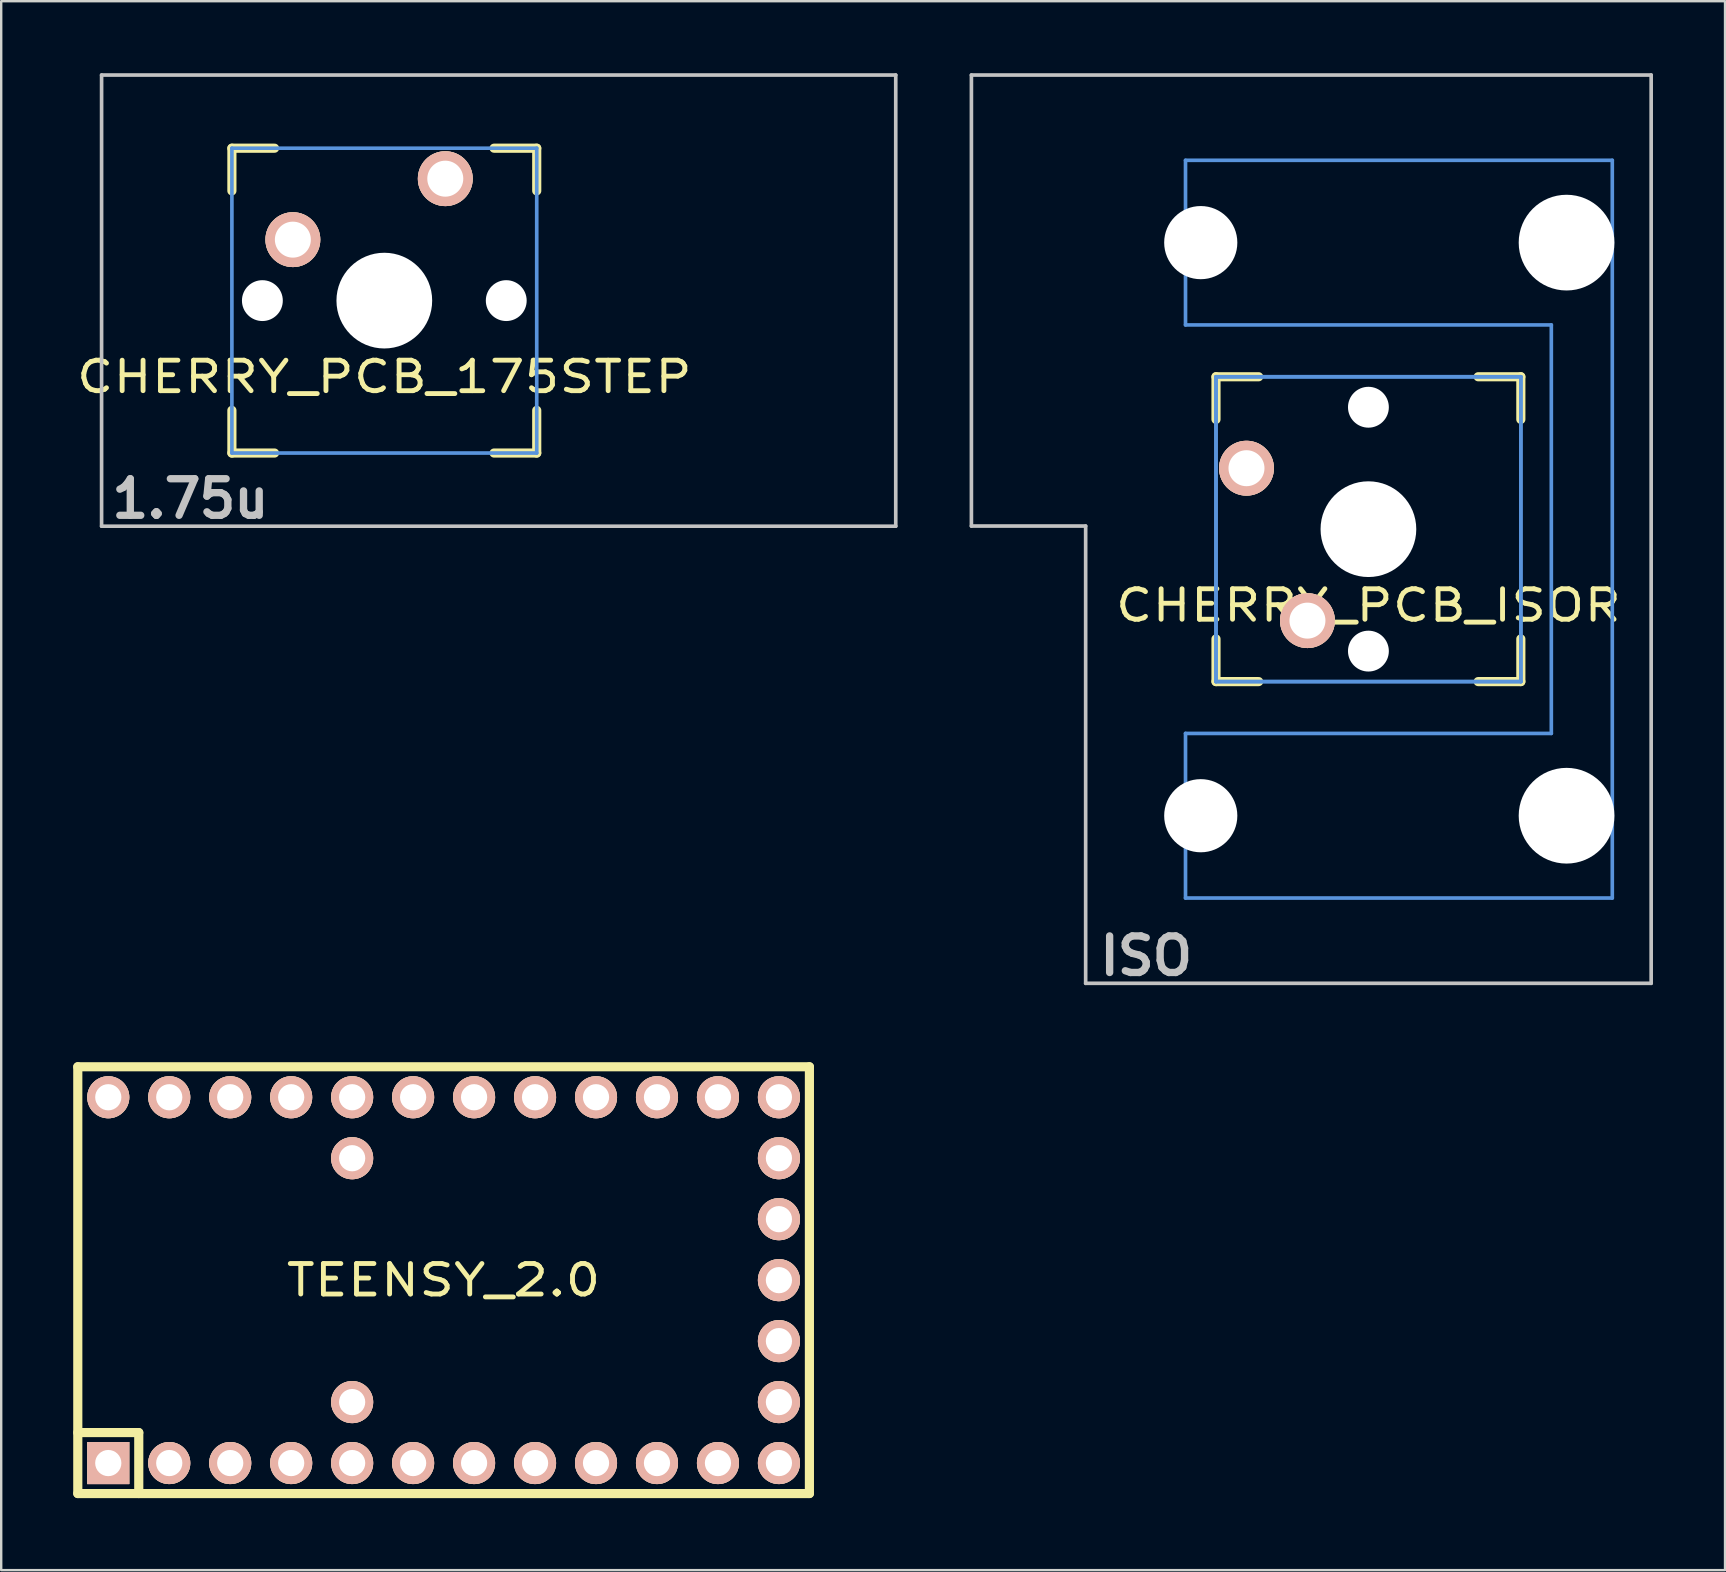
<source format=kicad_pcb>
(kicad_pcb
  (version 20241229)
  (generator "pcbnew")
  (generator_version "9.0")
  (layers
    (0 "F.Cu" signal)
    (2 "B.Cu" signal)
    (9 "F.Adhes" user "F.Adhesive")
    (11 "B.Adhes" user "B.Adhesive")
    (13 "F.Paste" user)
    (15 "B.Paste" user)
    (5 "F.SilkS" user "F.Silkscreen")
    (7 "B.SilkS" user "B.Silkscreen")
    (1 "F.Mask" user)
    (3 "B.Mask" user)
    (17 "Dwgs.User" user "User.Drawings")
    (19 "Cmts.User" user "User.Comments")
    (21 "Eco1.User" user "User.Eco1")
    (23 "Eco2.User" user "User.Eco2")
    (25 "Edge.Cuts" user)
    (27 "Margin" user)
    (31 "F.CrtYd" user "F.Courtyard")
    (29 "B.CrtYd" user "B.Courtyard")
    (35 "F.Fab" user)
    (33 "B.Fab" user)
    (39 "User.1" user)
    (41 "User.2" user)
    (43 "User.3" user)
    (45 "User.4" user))
  (footprint "CHERRY_PCB_175STEP"
    (layer "F.Cu")
    (at 12.961 9.474)
    (property "Reference" "CHERRY_PCB_175STEP" (at 0 3.175 0) (layer "F.SilkS") (effects (font (size 1.27 1.524) (thickness 0.203))))
    (attr through_hole)
    (fp_line (start -6.35 -6.35) (end -4.572 -6.35) (stroke (width 0.381) (type solid)) (layer "F.SilkS"))
    (fp_line (start -6.35 -4.572) (end -6.35 -6.35) (stroke (width 0.381) (type solid)) (layer "F.SilkS"))
    (fp_line (start -6.35 6.35) (end -6.35 4.572) (stroke (width 0.381) (type solid)) (layer "F.SilkS"))
    (fp_line (start -4.572 6.35) (end -6.35 6.35) (stroke (width 0.381) (type solid)) (layer "F.SilkS"))
    (fp_line (start 4.572 -6.35) (end 6.35 -6.35) (stroke (width 0.381) (type solid)) (layer "F.SilkS"))
    (fp_line (start 6.35 -6.35) (end 6.35 -4.572) (stroke (width 0.381) (type solid)) (layer "F.SilkS"))
    (fp_line (start 6.35 4.572) (end 6.35 6.35) (stroke (width 0.381) (type solid)) (layer "F.SilkS"))
    (fp_line (start 6.35 6.35) (end 4.572 6.35) (stroke (width 0.381) (type solid)) (layer "F.SilkS"))
    (fp_line (start -11.779 -9.398) (end 21.307 -9.398) (stroke (width 0.152) (type solid)) (layer "Dwgs.User"))
    (fp_line (start -11.779 9.398) (end -11.779 -9.398) (stroke (width 0.152) (type solid)) (layer "Dwgs.User"))
    (fp_line (start 21.307 -9.398) (end 21.307 9.398) (stroke (width 0.152) (type solid)) (layer "Dwgs.User"))
    (fp_line (start 21.307 9.398) (end -11.779 9.398) (stroke (width 0.152) (type solid)) (layer "Dwgs.User"))
    (fp_line (start -6.35 -6.35) (end 6.35 -6.35) (stroke (width 0.152) (type solid)) (layer "Cmts.User"))
    (fp_line (start -6.35 6.35) (end -6.35 -6.35) (stroke (width 0.152) (type solid)) (layer "Cmts.User"))
    (fp_line (start 6.35 -6.35) (end 6.35 6.35) (stroke (width 0.152) (type solid)) (layer "Cmts.User"))
    (fp_line (start 6.35 6.35) (end -6.35 6.35) (stroke (width 0.152) (type solid)) (layer "Cmts.User"))
    (fp_line (start -6.985 -6.985) (end 6.985 -6.985) (stroke (width 0.152) (type solid)) (layer "Eco2.User"))
    (fp_line (start -6.985 6.985) (end -6.985 -6.985) (stroke (width 0.152) (type solid)) (layer "Eco2.User"))
    (fp_line (start 6.985 -6.985) (end 6.985 6.985) (stroke (width 0.152) (type solid)) (layer "Eco2.User"))
    (fp_line (start 6.985 6.985) (end -6.985 6.985) (stroke (width 0.152) (type solid)) (layer "Eco2.User"))
    (fp_text user "1.75u" (at -8.079 8.255 0) (layer "Dwgs.User") (effects (font (size 1.524 1.524) (thickness 0.305))))
    (pad "" np_thru_hole circle (at -5.08 0) (size 1.702 1.702) (drill 1.702) (layers "*.Cu"))
    (pad "" np_thru_hole circle (at 0 0) (size 3.988 3.988) (drill 3.988) (layers "*.Cu"))
    (pad "" np_thru_hole circle (at 5.08 0) (size 1.702 1.702) (drill 1.702) (layers "*.Cu"))
    (pad "1" thru_hole circle (at 2.54 -5.08) (size 2.286 2.286) (drill 1.499) (layers "*.Cu" "*.SilkS" "*.Mask"))
    (pad "2" thru_hole circle (at -3.81 -2.54) (size 2.286 2.286) (drill 1.499) (layers "*.Cu" "*.SilkS" "*.Mask")))
  (footprint "TEENSY_2.0"
    (layer "F.Cu")
    (at 15.431 50.283)
    (property "Reference" "TEENSY_2.0" (at 0 0 0) (layer "F.SilkS") (effects (font (size 1.27 1.524) (thickness 0.203))))
    (attr through_hole)
    (fp_line (start -15.24 -8.89) (end -15.24 8.89) (stroke (width 0.381) (type solid)) (layer "F.SilkS"))
    (fp_line (start -15.24 6.35) (end -12.7 6.35) (stroke (width 0.381) (type solid)) (layer "F.SilkS"))
    (fp_line (start -15.24 8.89) (end 15.24 8.89) (stroke (width 0.381) (type solid)) (layer "F.SilkS"))
    (fp_line (start -12.7 6.35) (end -12.7 8.89) (stroke (width 0.381) (type solid)) (layer "F.SilkS"))
    (fp_line (start 15.24 -8.89) (end -15.24 -8.89) (stroke (width 0.381) (type solid)) (layer "F.SilkS"))
    (fp_line (start 15.24 8.89) (end 15.24 -8.89) (stroke (width 0.381) (type solid)) (layer "F.SilkS"))
    (pad "1" thru_hole rect (at -13.97 7.62) (size 1.753 1.753) (drill 1.092) (layers "*.Cu" "*.SilkS" "*.Mask"))
    (pad "2" thru_hole circle (at -11.43 7.62) (size 1.753 1.753) (drill 1.092) (layers "*.Cu" "*.SilkS" "*.Mask"))
    (pad "3" thru_hole circle (at -8.89 7.62) (size 1.753 1.753) (drill 1.092) (layers "*.Cu" "*.SilkS" "*.Mask"))
    (pad "4" thru_hole circle (at -6.35 7.62) (size 1.753 1.753) (drill 1.092) (layers "*.Cu" "*.SilkS" "*.Mask"))
    (pad "5" thru_hole circle (at -3.81 7.62) (size 1.753 1.753) (drill 1.092) (layers "*.Cu" "*.SilkS" "*.Mask"))
    (pad "6" thru_hole circle (at -1.27 7.62) (size 1.753 1.753) (drill 1.092) (layers "*.Cu" "*.SilkS" "*.Mask"))
    (pad "7" thru_hole circle (at 1.27 7.62) (size 1.753 1.753) (drill 1.092) (layers "*.Cu" "*.SilkS" "*.Mask"))
    (pad "8" thru_hole circle (at 3.81 7.62) (size 1.753 1.753) (drill 1.092) (layers "*.Cu" "*.SilkS" "*.Mask"))
    (pad "9" thru_hole circle (at 6.35 7.62) (size 1.753 1.753) (drill 1.092) (layers "*.Cu" "*.SilkS" "*.Mask"))
    (pad "10" thru_hole circle (at 8.89 7.62) (size 1.753 1.753) (drill 1.092) (layers "*.Cu" "*.SilkS" "*.Mask"))
    (pad "11" thru_hole circle (at 11.43 7.62) (size 1.753 1.753) (drill 1.092) (layers "*.Cu" "*.SilkS" "*.Mask"))
    (pad "12" thru_hole circle (at 13.97 7.62) (size 1.753 1.753) (drill 1.092) (layers "*.Cu" "*.SilkS" "*.Mask"))
    (pad "13" thru_hole circle (at 13.97 5.08 270) (size 1.753 1.753) (drill 1.092) (layers "*.Cu" "*.SilkS" "*.Mask"))
    (pad "14" thru_hole circle (at 13.97 2.54 270) (size 1.753 1.753) (drill 1.092) (layers "*.Cu" "*.SilkS" "*.Mask"))
    (pad "15" thru_hole circle (at 13.97 0 270) (size 1.753 1.753) (drill 1.092) (layers "*.Cu" "*.SilkS" "*.Mask"))
    (pad "16" thru_hole circle (at 13.97 -2.54 270) (size 1.753 1.753) (drill 1.092) (layers "*.Cu" "*.SilkS" "*.Mask"))
    (pad "17" thru_hole circle (at 13.97 -5.08 270) (size 1.753 1.753) (drill 1.092) (layers "*.Cu" "*.SilkS" "*.Mask"))
    (pad "18" thru_hole circle (at 13.97 -7.62) (size 1.753 1.753) (drill 1.092) (layers "*.Cu" "*.SilkS" "*.Mask"))
    (pad "19" thru_hole circle (at 11.43 -7.62) (size 1.753 1.753) (drill 1.092) (layers "*.Cu" "*.SilkS" "*.Mask"))
    (pad "20" thru_hole circle (at 8.89 -7.62) (size 1.753 1.753) (drill 1.092) (layers "*.Cu" "*.SilkS" "*.Mask"))
    (pad "21" thru_hole circle (at 6.35 -7.62) (size 1.753 1.753) (drill 1.092) (layers "*.Cu" "*.SilkS" "*.Mask"))
    (pad "22" thru_hole circle (at 3.81 -7.62) (size 1.753 1.753) (drill 1.092) (layers "*.Cu" "*.SilkS" "*.Mask"))
    (pad "23" thru_hole circle (at 1.27 -7.62) (size 1.753 1.753) (drill 1.092) (layers "*.Cu" "*.SilkS" "*.Mask"))
    (pad "24" thru_hole circle (at -1.27 -7.62) (size 1.753 1.753) (drill 1.092) (layers "*.Cu" "*.SilkS" "*.Mask"))
    (pad "25" thru_hole circle (at -3.81 -7.62) (size 1.753 1.753) (drill 1.092) (layers "*.Cu" "*.SilkS" "*.Mask"))
    (pad "26" thru_hole circle (at -6.35 -7.62) (size 1.753 1.753) (drill 1.092) (layers "*.Cu" "*.SilkS" "*.Mask"))
    (pad "27" thru_hole circle (at -8.89 -7.62) (size 1.753 1.753) (drill 1.092) (layers "*.Cu" "*.SilkS" "*.Mask"))
    (pad "28" thru_hole circle (at -11.43 -7.62) (size 1.753 1.753) (drill 1.092) (layers "*.Cu" "*.SilkS" "*.Mask"))
    (pad "29" thru_hole circle (at -13.97 -7.62) (size 1.753 1.753) (drill 1.092) (layers "*.Cu" "*.SilkS" "*.Mask"))
    (pad "30" thru_hole circle (at -3.81 -5.08 270) (size 1.753 1.753) (drill 1.092) (layers "*.Cu" "*.SilkS" "*.Mask"))
    (pad "31" thru_hole circle (at -3.81 5.08 270) (size 1.753 1.753) (drill 1.092) (layers "*.Cu" "*.SilkS" "*.Mask")))
  (footprint "CHERRY_PCB_ISOR"
    (layer "F.Cu")
    (at 53.96 18.996)
    (property "Reference" "CHERRY_PCB_ISOR" (at 0 3.175 0) (layer "F.SilkS") (effects (font (size 1.27 1.524) (thickness 0.203))))
    (attr through_hole)
    (fp_line (start -6.35 -6.35) (end -4.572 -6.35) (stroke (width 0.381) (type solid)) (layer "F.SilkS"))
    (fp_line (start -6.35 -4.572) (end -6.35 -6.35) (stroke (width 0.381) (type solid)) (layer "F.SilkS"))
    (fp_line (start -6.35 6.35) (end -6.35 4.572) (stroke (width 0.381) (type solid)) (layer "F.SilkS"))
    (fp_line (start -4.572 6.35) (end -6.35 6.35) (stroke (width 0.381) (type solid)) (layer "F.SilkS"))
    (fp_line (start 4.572 -6.35) (end 6.35 -6.35) (stroke (width 0.381) (type solid)) (layer "F.SilkS"))
    (fp_line (start 6.35 -6.35) (end 6.35 -4.572) (stroke (width 0.381) (type solid)) (layer "F.SilkS"))
    (fp_line (start 6.35 4.572) (end 6.35 6.35) (stroke (width 0.381) (type solid)) (layer "F.SilkS"))
    (fp_line (start 6.35 6.35) (end 4.572 6.35) (stroke (width 0.381) (type solid)) (layer "F.SilkS"))
    (fp_line (start -16.54 -18.92) (end 11.78 -18.92) (stroke (width 0.152) (type solid)) (layer "Dwgs.User"))
    (fp_line (start -16.54 -0.13) (end -16.54 -18.92) (stroke (width 0.152) (type solid)) (layer "Dwgs.User"))
    (fp_line (start -11.78 -0.13) (end -16.54 -0.13) (stroke (width 0.152) (type solid)) (layer "Dwgs.User"))
    (fp_line (start -11.78 18.92) (end -11.78 -0.13) (stroke (width 0.152) (type solid)) (layer "Dwgs.User"))
    (fp_line (start 11.78 -18.92) (end 11.78 18.92) (stroke (width 0.152) (type solid)) (layer "Dwgs.User"))
    (fp_line (start 11.78 18.92) (end -11.78 18.92) (stroke (width 0.152) (type solid)) (layer "Dwgs.User"))
    (fp_line (start -7.62 -15.367) (end -7.62 -8.509) (stroke (width 0.152) (type solid)) (layer "Cmts.User"))
    (fp_line (start -7.62 -8.509) (end 7.62 -8.509) (stroke (width 0.152) (type solid)) (layer "Cmts.User"))
    (fp_line (start -7.62 8.509) (end -7.62 15.367) (stroke (width 0.152) (type solid)) (layer "Cmts.User"))
    (fp_line (start -7.62 15.367) (end 10.16 15.367) (stroke (width 0.152) (type solid)) (layer "Cmts.User"))
    (fp_line (start -6.35 -6.35) (end 6.35 -6.35) (stroke (width 0.152) (type solid)) (layer "Cmts.User"))
    (fp_line (start -6.35 -6.35) (end 6.35 -6.35) (stroke (width 0.152) (type solid)) (layer "Cmts.User"))
    (fp_line (start -6.35 6.35) (end -6.35 -6.35) (stroke (width 0.152) (type solid)) (layer "Cmts.User"))
    (fp_line (start -6.35 6.35) (end -6.35 -6.35) (stroke (width 0.152) (type solid)) (layer "Cmts.User"))
    (fp_line (start 6.35 -6.35) (end 6.35 6.35) (stroke (width 0.152) (type solid)) (layer "Cmts.User"))
    (fp_line (start 6.35 -6.35) (end 6.35 6.35) (stroke (width 0.152) (type solid)) (layer "Cmts.User"))
    (fp_line (start 6.35 6.35) (end -6.35 6.35) (stroke (width 0.152) (type solid)) (layer "Cmts.User"))
    (fp_line (start 6.35 6.35) (end -6.35 6.35) (stroke (width 0.152) (type solid)) (layer "Cmts.User"))
    (fp_line (start 7.62 -8.509) (end 7.62 8.509) (stroke (width 0.152) (type solid)) (layer "Cmts.User"))
    (fp_line (start 7.62 8.509) (end -7.62 8.509) (stroke (width 0.152) (type solid)) (layer "Cmts.User"))
    (fp_line (start 10.16 -15.367) (end -7.62 -15.367) (stroke (width 0.152) (type solid)) (layer "Cmts.User"))
    (fp_line (start 10.16 15.367) (end 10.16 -15.367) (stroke (width 0.152) (type solid)) (layer "Cmts.User"))
    (fp_line (start -6.985 -6.985) (end -4.877 -6.985) (stroke (width 0.152) (type solid)) (layer "Eco2.User"))
    (fp_line (start -6.985 6.985) (end -6.985 -6.985) (stroke (width 0.152) (type solid)) (layer "Eco2.User"))
    (fp_line (start -5.69 -15.265) (end -2.286 -15.265) (stroke (width 0.152) (type solid)) (layer "Eco2.User"))
    (fp_line (start -5.69 -8.611) (end -5.69 -15.265) (stroke (width 0.152) (type solid)) (layer "Eco2.User"))
    (fp_line (start -5.69 8.611) (end -4.877 8.611) (stroke (width 0.152) (type solid)) (layer "Eco2.User"))
    (fp_line (start -5.69 15.265) (end -5.69 8.611) (stroke (width 0.152) (type solid)) (layer "Eco2.User"))
    (fp_line (start -4.877 -8.611) (end -5.69 -8.611) (stroke (width 0.152) (type solid)) (layer "Eco2.User"))
    (fp_line (start -4.877 -6.985) (end -4.877 -8.611) (stroke (width 0.152) (type solid)) (layer "Eco2.User"))
    (fp_line (start -4.877 6.985) (end -6.985 6.985) (stroke (width 0.152) (type solid)) (layer "Eco2.User"))
    (fp_line (start -4.877 8.611) (end -4.877 6.985) (stroke (width 0.152) (type solid)) (layer "Eco2.User"))
    (fp_line (start -2.286 -16.129) (end 0.508 -16.129) (stroke (width 0.152) (type solid)) (layer "Eco2.User"))
    (fp_line (start -2.286 -15.265) (end -2.286 -16.129) (stroke (width 0.152) (type solid)) (layer "Eco2.User"))
    (fp_line (start -2.286 15.265) (end -5.69 15.265) (stroke (width 0.152) (type solid)) (layer "Eco2.User"))
    (fp_line (start -2.286 16.129) (end -2.286 15.265) (stroke (width 0.152) (type solid)) (layer "Eco2.User"))
    (fp_line (start 0.508 -16.129) (end 0.508 -15.265) (stroke (width 0.152) (type solid)) (layer "Eco2.User"))
    (fp_line (start 0.508 -15.265) (end 6.604 -15.265) (stroke (width 0.152) (type solid)) (layer "Eco2.User"))
    (fp_line (start 0.508 15.265) (end 0.508 16.129) (stroke (width 0.152) (type solid)) (layer "Eco2.User"))
    (fp_line (start 0.508 16.129) (end -2.286 16.129) (stroke (width 0.152) (type solid)) (layer "Eco2.User"))
    (fp_line (start 5.817 -8.611) (end 5.817 -6.985) (stroke (width 0.152) (type solid)) (layer "Eco2.User"))
    (fp_line (start 5.817 -6.985) (end 6.985 -6.985) (stroke (width 0.152) (type solid)) (layer "Eco2.User"))
    (fp_line (start 5.817 6.985) (end 5.817 8.611) (stroke (width 0.152) (type solid)) (layer "Eco2.User"))
    (fp_line (start 5.817 8.611) (end 6.604 8.611) (stroke (width 0.152) (type solid)) (layer "Eco2.User"))
    (fp_line (start 6.604 -15.265) (end 6.604 -14.224) (stroke (width 0.152) (type solid)) (layer "Eco2.User"))
    (fp_line (start 6.604 -14.224) (end 7.772 -14.224) (stroke (width 0.152) (type solid)) (layer "Eco2.User"))
    (fp_line (start 6.604 -9.652) (end 6.604 -8.611) (stroke (width 0.152) (type solid)) (layer "Eco2.User"))
    (fp_line (start 6.604 -8.611) (end 5.817 -8.611) (stroke (width 0.152) (type solid)) (layer "Eco2.User"))
    (fp_line (start 6.604 8.611) (end 6.604 9.652) (stroke (width 0.152) (type solid)) (layer "Eco2.User"))
    (fp_line (start 6.604 9.652) (end 7.772 9.652) (stroke (width 0.152) (type solid)) (layer "Eco2.User"))
    (fp_line (start 6.604 14.224) (end 6.604 15.265) (stroke (width 0.152) (type solid)) (layer "Eco2.User"))
    (fp_line (start 6.604 15.265) (end 0.508 15.265) (stroke (width 0.152) (type solid)) (layer "Eco2.User"))
    (fp_line (start 6.985 -6.985) (end 6.985 6.985) (stroke (width 0.152) (type solid)) (layer "Eco2.User"))
    (fp_line (start 6.985 6.985) (end 5.817 6.985) (stroke (width 0.152) (type solid)) (layer "Eco2.User"))
    (fp_line (start 7.772 -14.224) (end 7.772 -9.652) (stroke (width 0.152) (type solid)) (layer "Eco2.User"))
    (fp_line (start 7.772 -9.652) (end 6.604 -9.652) (stroke (width 0.152) (type solid)) (layer "Eco2.User"))
    (fp_line (start 7.772 9.652) (end 7.772 14.224) (stroke (width 0.152) (type solid)) (layer "Eco2.User"))
    (fp_line (start 7.772 14.224) (end 6.604 14.224) (stroke (width 0.152) (type solid)) (layer "Eco2.User"))
    (fp_text user "ISO  " (at -8.096 17.78 0) (layer "Dwgs.User") (effects (font (size 1.524 1.524) (thickness 0.305))))
    (pad "" np_thru_hole circle (at -6.985 -11.938 90) (size 3.048 3.048) (drill 3.048) (layers "*.Cu"))
    (pad "" np_thru_hole circle (at -6.985 11.938 90) (size 3.048 3.048) (drill 3.048) (layers "*.Cu"))
    (pad "" np_thru_hole circle (at 0 -5.08 90) (size 1.702 1.702) (drill 1.702) (layers "*.Cu"))
    (pad "" np_thru_hole circle (at 0 0 90) (size 3.988 3.988) (drill 3.988) (layers "*.Cu"))
    (pad "" np_thru_hole circle (at 0 5.08 90) (size 1.702 1.702) (drill 1.702) (layers "*.Cu"))
    (pad "" np_thru_hole circle (at 8.255 -11.938 90) (size 3.988 3.988) (drill 3.988) (layers "*.Cu"))
    (pad "" np_thru_hole circle (at 8.255 11.938 90) (size 3.988 3.988) (drill 3.988) (layers "*.Cu"))
    (pad "1" thru_hole circle (at -5.08 -2.54 90) (size 2.286 2.286) (drill 1.499) (layers "*.Cu" "*.SilkS" "*.Mask"))
    (pad "2" thru_hole circle (at -2.54 3.81 90) (size 2.286 2.286) (drill 1.499) (layers "*.Cu" "*.SilkS" "*.Mask")))
  (gr_rect
    (start -3 -3)
    (end 68.817 62.364)
    (stroke (width 0.1) (type default))
    (fill no)
    (layer "Edge.Cuts")))
</source>
